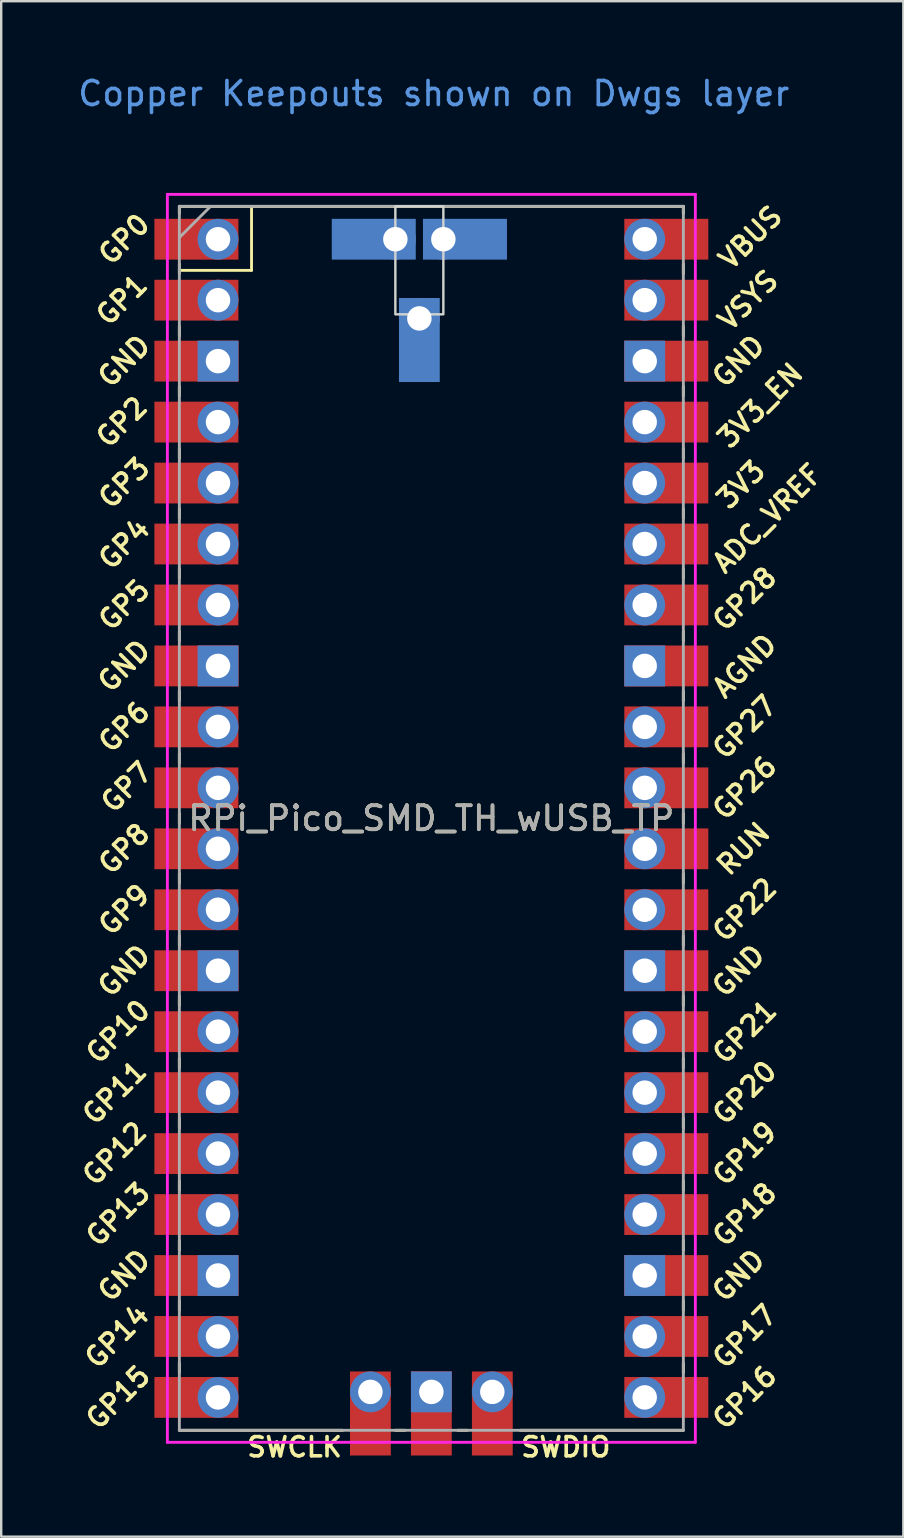
<source format=kicad_pcb>
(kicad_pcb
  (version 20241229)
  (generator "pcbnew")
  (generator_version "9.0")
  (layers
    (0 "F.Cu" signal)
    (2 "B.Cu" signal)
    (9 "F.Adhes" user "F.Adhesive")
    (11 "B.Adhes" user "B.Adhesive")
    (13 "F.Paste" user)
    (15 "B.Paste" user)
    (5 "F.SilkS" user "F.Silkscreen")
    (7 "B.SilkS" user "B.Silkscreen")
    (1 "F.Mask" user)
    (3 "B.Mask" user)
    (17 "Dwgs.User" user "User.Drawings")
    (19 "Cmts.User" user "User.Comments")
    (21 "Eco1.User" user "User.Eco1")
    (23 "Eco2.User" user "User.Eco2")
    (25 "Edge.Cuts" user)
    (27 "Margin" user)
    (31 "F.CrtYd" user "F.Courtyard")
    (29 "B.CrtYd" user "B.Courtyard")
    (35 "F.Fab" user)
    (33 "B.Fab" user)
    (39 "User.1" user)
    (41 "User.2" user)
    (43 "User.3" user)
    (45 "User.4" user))
  (footprint "RPi_Pico_SMD_TH_wUSB_TP"
    (layer "F.Cu")
    (at 14.924 31.048)
    (property "Reference" "RPi_Pico_SMD_TH_wUSB_TP" (at 0 0 0) (layer "F.SilkS") (effects (font (size 1 1) (thickness 0.15))))
    (attr through_hole)
    (fp_line (start -10.5 -25.5) (end -10.5 -25.2) (stroke (width 0.12) (type solid)) (layer "F.SilkS"))
    (fp_line (start -10.5 -25.5) (end 10.5 -25.5) (stroke (width 0.12) (type solid)) (layer "F.SilkS"))
    (fp_line (start -10.5 -23.1) (end -10.5 -22.7) (stroke (width 0.12) (type solid)) (layer "F.SilkS"))
    (fp_line (start -10.5 -22.833) (end -7.493 -22.833) (stroke (width 0.12) (type solid)) (layer "F.SilkS"))
    (fp_line (start -10.5 -20.5) (end -10.5 -20.1) (stroke (width 0.12) (type solid)) (layer "F.SilkS"))
    (fp_line (start -10.5 -18) (end -10.5 -17.6) (stroke (width 0.12) (type solid)) (layer "F.SilkS"))
    (fp_line (start -10.5 -15.4) (end -10.5 -15) (stroke (width 0.12) (type solid)) (layer "F.SilkS"))
    (fp_line (start -10.5 -12.9) (end -10.5 -12.5) (stroke (width 0.12) (type solid)) (layer "F.SilkS"))
    (fp_line (start -10.5 -10.4) (end -10.5 -10) (stroke (width 0.12) (type solid)) (layer "F.SilkS"))
    (fp_line (start -10.5 -7.8) (end -10.5 -7.4) (stroke (width 0.12) (type solid)) (layer "F.SilkS"))
    (fp_line (start -10.5 -5.3) (end -10.5 -4.9) (stroke (width 0.12) (type solid)) (layer "F.SilkS"))
    (fp_line (start -10.5 -2.7) (end -10.5 -2.3) (stroke (width 0.12) (type solid)) (layer "F.SilkS"))
    (fp_line (start -10.5 -0.2) (end -10.5 0.2) (stroke (width 0.12) (type solid)) (layer "F.SilkS"))
    (fp_line (start -10.5 2.3) (end -10.5 2.7) (stroke (width 0.12) (type solid)) (layer "F.SilkS"))
    (fp_line (start -10.5 4.9) (end -10.5 5.3) (stroke (width 0.12) (type solid)) (layer "F.SilkS"))
    (fp_line (start -10.5 7.4) (end -10.5 7.8) (stroke (width 0.12) (type solid)) (layer "F.SilkS"))
    (fp_line (start -10.5 10) (end -10.5 10.4) (stroke (width 0.12) (type solid)) (layer "F.SilkS"))
    (fp_line (start -10.5 12.5) (end -10.5 12.9) (stroke (width 0.12) (type solid)) (layer "F.SilkS"))
    (fp_line (start -10.5 15.1) (end -10.5 15.5) (stroke (width 0.12) (type solid)) (layer "F.SilkS"))
    (fp_line (start -10.5 17.6) (end -10.5 18) (stroke (width 0.12) (type solid)) (layer "F.SilkS"))
    (fp_line (start -10.5 20.1) (end -10.5 20.5) (stroke (width 0.12) (type solid)) (layer "F.SilkS"))
    (fp_line (start -10.5 22.7) (end -10.5 23.1) (stroke (width 0.12) (type solid)) (layer "F.SilkS"))
    (fp_line (start -7.493 -22.833) (end -7.493 -25.5) (stroke (width 0.12) (type solid)) (layer "F.SilkS"))
    (fp_line (start -3.7 25.5) (end -10.5 25.5) (stroke (width 0.12) (type solid)) (layer "F.SilkS"))
    (fp_line (start -1.5 25.5) (end -1.1 25.5) (stroke (width 0.12) (type solid)) (layer "F.SilkS"))
    (fp_line (start 1.1 25.5) (end 1.5 25.5) (stroke (width 0.12) (type solid)) (layer "F.SilkS"))
    (fp_line (start 10.5 -25.5) (end 10.5 -25.2) (stroke (width 0.12) (type solid)) (layer "F.SilkS"))
    (fp_line (start 10.5 -23.1) (end 10.5 -22.7) (stroke (width 0.12) (type solid)) (layer "F.SilkS"))
    (fp_line (start 10.5 -20.5) (end 10.5 -20.1) (stroke (width 0.12) (type solid)) (layer "F.SilkS"))
    (fp_line (start 10.5 -18) (end 10.5 -17.6) (stroke (width 0.12) (type solid)) (layer "F.SilkS"))
    (fp_line (start 10.5 -15.4) (end 10.5 -15) (stroke (width 0.12) (type solid)) (layer "F.SilkS"))
    (fp_line (start 10.5 -12.9) (end 10.5 -12.5) (stroke (width 0.12) (type solid)) (layer "F.SilkS"))
    (fp_line (start 10.5 -10.4) (end 10.5 -10) (stroke (width 0.12) (type solid)) (layer "F.SilkS"))
    (fp_line (start 10.5 -7.8) (end 10.5 -7.4) (stroke (width 0.12) (type solid)) (layer "F.SilkS"))
    (fp_line (start 10.5 -5.3) (end 10.5 -4.9) (stroke (width 0.12) (type solid)) (layer "F.SilkS"))
    (fp_line (start 10.5 -2.7) (end 10.5 -2.3) (stroke (width 0.12) (type solid)) (layer "F.SilkS"))
    (fp_line (start 10.5 -0.2) (end 10.5 0.2) (stroke (width 0.12) (type solid)) (layer "F.SilkS"))
    (fp_line (start 10.5 2.3) (end 10.5 2.7) (stroke (width 0.12) (type solid)) (layer "F.SilkS"))
    (fp_line (start 10.5 4.9) (end 10.5 5.3) (stroke (width 0.12) (type solid)) (layer "F.SilkS"))
    (fp_line (start 10.5 7.4) (end 10.5 7.8) (stroke (width 0.12) (type solid)) (layer "F.SilkS"))
    (fp_line (start 10.5 10) (end 10.5 10.4) (stroke (width 0.12) (type solid)) (layer "F.SilkS"))
    (fp_line (start 10.5 12.5) (end 10.5 12.9) (stroke (width 0.12) (type solid)) (layer "F.SilkS"))
    (fp_line (start 10.5 15.1) (end 10.5 15.5) (stroke (width 0.12) (type solid)) (layer "F.SilkS"))
    (fp_line (start 10.5 17.6) (end 10.5 18) (stroke (width 0.12) (type solid)) (layer "F.SilkS"))
    (fp_line (start 10.5 20.1) (end 10.5 20.5) (stroke (width 0.12) (type solid)) (layer "F.SilkS"))
    (fp_line (start 10.5 22.7) (end 10.5 23.1) (stroke (width 0.12) (type solid)) (layer "F.SilkS"))
    (fp_line (start 10.5 25.5) (end 3.7 25.5) (stroke (width 0.12) (type solid)) (layer "F.SilkS"))
    (fp_rect (start -1.5 -25.5) (end 0.5 -21) (stroke (width 0.1) (type default)) (fill no) (layer "Edge.Cuts"))
    (fp_line (start -11 -26) (end 11 -26) (stroke (width 0.12) (type solid)) (layer "F.CrtYd"))
    (fp_line (start -11 26) (end -11 -26) (stroke (width 0.12) (type solid)) (layer "F.CrtYd"))
    (fp_line (start 11 -26) (end 11 26) (stroke (width 0.12) (type solid)) (layer "F.CrtYd"))
    (fp_line (start 11 26) (end -11 26) (stroke (width 0.12) (type solid)) (layer "F.CrtYd"))
    (fp_line (start -10.5 -25.5) (end 10.5 -25.5) (stroke (width 0.12) (type solid)) (layer "F.Fab"))
    (fp_line (start -10.5 -24.2) (end -9.2 -25.5) (stroke (width 0.12) (type solid)) (layer "F.Fab"))
    (fp_line (start -10.5 25.5) (end -10.5 -25.5) (stroke (width 0.12) (type solid)) (layer "F.Fab"))
    (fp_line (start 10.5 -25.5) (end 10.5 25.5) (stroke (width 0.12) (type solid)) (layer "F.Fab"))
    (fp_line (start 10.5 25.5) (end -10.5 25.5) (stroke (width 0.12) (type solid)) (layer "F.Fab"))
    (fp_text user "GP10" (at -13.054 8.89 45) (layer "F.SilkS") (effects (font (size 0.8 0.8) (thickness 0.15))))
    (fp_text user "GP1" (at -12.9 -21.6 45) (layer "F.SilkS") (effects (font (size 0.8 0.8) (thickness 0.15))))
    (fp_text user "AGND" (at 13.054 -6.35 45) (layer "F.SilkS") (effects (font (size 0.8 0.8) (thickness 0.15))))
    (fp_text user "GP15" (at -13.054 24.13 45) (layer "F.SilkS") (effects (font (size 0.8 0.8) (thickness 0.15))))
    (fp_text user "GP12" (at -13.2 13.97 45) (layer "F.SilkS") (effects (font (size 0.8 0.8) (thickness 0.15))))
    (fp_text user "GP27" (at 13.054 -3.8 45) (layer "F.SilkS") (effects (font (size 0.8 0.8) (thickness 0.15))))
    (fp_text user "GP21" (at 13.054 8.9 45) (layer "F.SilkS") (effects (font (size 0.8 0.8) (thickness 0.15))))
    (fp_text user "GP6" (at -12.8 -3.81 45) (layer "F.SilkS") (effects (font (size 0.8 0.8) (thickness 0.15))))
    (fp_text user "GND" (at -12.8 -19.05 45) (layer "F.SilkS") (effects (font (size 0.8 0.8) (thickness 0.15))))
    (fp_text user "GND" (at 12.8 -19.05 45) (layer "F.SilkS") (effects (font (size 0.8 0.8) (thickness 0.15))))
    (fp_text user "GP5" (at -12.8 -8.89 45) (layer "F.SilkS") (effects (font (size 0.8 0.8) (thickness 0.15))))
    (fp_text user "3V3" (at 12.9 -13.9 45) (layer "F.SilkS") (effects (font (size 0.8 0.8) (thickness 0.15))))
    (fp_text user "GP28" (at 13.054 -9.144 45) (layer "F.SilkS") (effects (font (size 0.8 0.8) (thickness 0.15))))
    (fp_text user "GND" (at -12.8 19.05 45) (layer "F.SilkS") (effects (font (size 0.8 0.8) (thickness 0.15))))
    (fp_text user "GP8" (at -12.8 1.27 45) (layer "F.SilkS") (effects (font (size 0.8 0.8) (thickness 0.15))))
    (fp_text user "3V3_EN" (at 13.7 -17.2 45) (layer "F.SilkS") (effects (font (size 0.8 0.8) (thickness 0.15))))
    (fp_text user "GP3" (at -12.8 -13.97 45) (layer "F.SilkS") (effects (font (size 0.8 0.8) (thickness 0.15))))
    (fp_text user "GP13" (at -13.054 16.51 45) (layer "F.SilkS") (effects (font (size 0.8 0.8) (thickness 0.15))))
    (fp_text user "GP9" (at -12.8 3.81 45) (layer "F.SilkS") (effects (font (size 0.8 0.8) (thickness 0.15))))
    (fp_text user "GP17" (at 13.054 21.59 45) (layer "F.SilkS") (effects (font (size 0.8 0.8) (thickness 0.15))))
    (fp_text user "GP14" (at -13.1 21.59 45) (layer "F.SilkS") (effects (font (size 0.8 0.8) (thickness 0.15))))
    (fp_text user "GP7" (at -12.7 -1.3 45) (layer "F.SilkS") (effects (font (size 0.8 0.8) (thickness 0.15))))
    (fp_text user "RUN" (at 13 1.27 45) (layer "F.SilkS") (effects (font (size 0.8 0.8) (thickness 0.15))))
    (fp_text user "GP11" (at -13.2 11.43 45) (layer "F.SilkS") (effects (font (size 0.8 0.8) (thickness 0.15))))
    (fp_text user "GP2" (at -12.9 -16.51 45) (layer "F.SilkS") (effects (font (size 0.8 0.8) (thickness 0.15))))
    (fp_text user "GP16" (at 13.054 24.13 45) (layer "F.SilkS") (effects (font (size 0.8 0.8) (thickness 0.15))))
    (fp_text user "GP20" (at 13.054 11.43 45) (layer "F.SilkS") (effects (font (size 0.8 0.8) (thickness 0.15))))
    (fp_text user "GP19" (at 13.054 13.97 45) (layer "F.SilkS") (effects (font (size 0.8 0.8) (thickness 0.15))))
    (fp_text user "GND" (at -12.8 6.35 45) (layer "F.SilkS") (effects (font (size 0.8 0.8) (thickness 0.15))))
    (fp_text user "GP22" (at 13.054 3.81 45) (layer "F.SilkS") (effects (font (size 0.8 0.8) (thickness 0.15))))
    (fp_text user "ADC_VREF" (at 14 -12.5 45) (layer "F.SilkS") (effects (font (size 0.8 0.8) (thickness 0.15))))
    (fp_text user "GP4" (at -12.8 -11.43 45) (layer "F.SilkS") (effects (font (size 0.8 0.8) (thickness 0.15))))
    (fp_text user "SWCLK" (at -5.7 26.2 0) (layer "F.SilkS") (effects (font (size 0.8 0.8) (thickness 0.15))))
    (fp_text user "VBUS" (at 13.3 -24.2 45) (layer "F.SilkS") (effects (font (size 0.8 0.8) (thickness 0.15))))
    (fp_text user "GP18" (at 13.054 16.51 45) (layer "F.SilkS") (effects (font (size 0.8 0.8) (thickness 0.15))))
    (fp_text user "GP0" (at -12.8 -24.13 45) (layer "F.SilkS") (effects (font (size 0.8 0.8) (thickness 0.15))))
    (fp_text user "SWDIO" (at 5.6 26.2 0) (layer "F.SilkS") (effects (font (size 0.8 0.8) (thickness 0.15))))
    (fp_text user "GND" (at 12.8 19.05 45) (layer "F.SilkS") (effects (font (size 0.8 0.8) (thickness 0.15))))
    (fp_text user "VSYS" (at 13.2 -21.59 45) (layer "F.SilkS") (effects (font (size 0.8 0.8) (thickness 0.15))))
    (fp_text user "GND" (at 12.8 6.35 45) (layer "F.SilkS") (effects (font (size 0.8 0.8) (thickness 0.15))))
    (fp_text user "GP26" (at 13.054 -1.27 45) (layer "F.SilkS") (effects (font (size 0.8 0.8) (thickness 0.15))))
    (fp_text user "GND" (at -12.8 -6.35 45) (layer "F.SilkS") (effects (font (size 0.8 0.8) (thickness 0.15))))
    (fp_text user "Copper Keepouts shown on Dwgs layer" (at 0.1 -30.2 0) (layer "Cmts.User") (effects (font (size 1 1) (thickness 0.15))))
    (fp_text user "${REFERENCE}" (at 0 0 180) (layer "F.Fab") (effects (font (size 1 1) (thickness 0.15))))
    (pad "1" thru_hole oval (at -8.89 -24.13) (size 1.7 1.7) (drill 1.02) (layers "*.Cu" "*.Mask"))
    (pad "1" smd rect (at -8.89 -24.13) (size 3.5 1.7) (drill (offset -0.9 0)) (layers "F.Cu" "F.Mask"))
    (pad "2" thru_hole oval (at -8.89 -21.59) (size 1.7 1.7) (drill 1.02) (layers "*.Cu" "*.Mask"))
    (pad "2" smd rect (at -8.89 -21.59) (size 3.5 1.7) (drill (offset -0.9 0)) (layers "F.Cu" "F.Mask"))
    (pad "3" thru_hole rect (at -8.89 -19.05) (size 1.7 1.7) (drill 1.02) (layers "*.Cu" "*.Mask"))
    (pad "3" smd rect (at -8.89 -19.05) (size 3.5 1.7) (drill (offset -0.9 0)) (layers "F.Cu" "F.Mask"))
    (pad "4" thru_hole oval (at -8.89 -16.51) (size 1.7 1.7) (drill 1.02) (layers "*.Cu" "*.Mask"))
    (pad "4" smd rect (at -8.89 -16.51) (size 3.5 1.7) (drill (offset -0.9 0)) (layers "F.Cu" "F.Mask"))
    (pad "5" thru_hole oval (at -8.89 -13.97) (size 1.7 1.7) (drill 1.02) (layers "*.Cu" "*.Mask"))
    (pad "5" smd rect (at -8.89 -13.97) (size 3.5 1.7) (drill (offset -0.9 0)) (layers "F.Cu" "F.Mask"))
    (pad "6" thru_hole oval (at -8.89 -11.43) (size 1.7 1.7) (drill 1.02) (layers "*.Cu" "*.Mask"))
    (pad "6" smd rect (at -8.89 -11.43) (size 3.5 1.7) (drill (offset -0.9 0)) (layers "F.Cu" "F.Mask"))
    (pad "7" thru_hole oval (at -8.89 -8.89) (size 1.7 1.7) (drill 1.02) (layers "*.Cu" "*.Mask"))
    (pad "7" smd rect (at -8.89 -8.89) (size 3.5 1.7) (drill (offset -0.9 0)) (layers "F.Cu" "F.Mask"))
    (pad "8" thru_hole rect (at -8.89 -6.35) (size 1.7 1.7) (drill 1.02) (layers "*.Cu" "*.Mask"))
    (pad "8" smd rect (at -8.89 -6.35) (size 3.5 1.7) (drill (offset -0.9 0)) (layers "F.Cu" "F.Mask"))
    (pad "9" thru_hole oval (at -8.89 -3.81) (size 1.7 1.7) (drill 1.02) (layers "*.Cu" "*.Mask"))
    (pad "9" smd rect (at -8.89 -3.81) (size 3.5 1.7) (drill (offset -0.9 0)) (layers "F.Cu" "F.Mask"))
    (pad "10" thru_hole oval (at -8.89 -1.27) (size 1.7 1.7) (drill 1.02) (layers "*.Cu" "*.Mask"))
    (pad "10" smd rect (at -8.89 -1.27) (size 3.5 1.7) (drill (offset -0.9 0)) (layers "F.Cu" "F.Mask"))
    (pad "11" thru_hole oval (at -8.89 1.27) (size 1.7 1.7) (drill 1.02) (layers "*.Cu" "*.Mask"))
    (pad "11" smd rect (at -8.89 1.27) (size 3.5 1.7) (drill (offset -0.9 0)) (layers "F.Cu" "F.Mask"))
    (pad "12" thru_hole oval (at -8.89 3.81) (size 1.7 1.7) (drill 1.02) (layers "*.Cu" "*.Mask"))
    (pad "12" smd rect (at -8.89 3.81) (size 3.5 1.7) (drill (offset -0.9 0)) (layers "F.Cu" "F.Mask"))
    (pad "13" thru_hole rect (at -8.89 6.35) (size 1.7 1.7) (drill 1.02) (layers "*.Cu" "*.Mask"))
    (pad "13" smd rect (at -8.89 6.35) (size 3.5 1.7) (drill (offset -0.9 0)) (layers "F.Cu" "F.Mask"))
    (pad "14" thru_hole oval (at -8.89 8.89) (size 1.7 1.7) (drill 1.02) (layers "*.Cu" "*.Mask"))
    (pad "14" smd rect (at -8.89 8.89) (size 3.5 1.7) (drill (offset -0.9 0)) (layers "F.Cu" "F.Mask"))
    (pad "15" thru_hole oval (at -8.89 11.43) (size 1.7 1.7) (drill 1.02) (layers "*.Cu" "*.Mask"))
    (pad "15" smd rect (at -8.89 11.43) (size 3.5 1.7) (drill (offset -0.9 0)) (layers "F.Cu" "F.Mask"))
    (pad "16" thru_hole oval (at -8.89 13.97) (size 1.7 1.7) (drill 1.02) (layers "*.Cu" "*.Mask"))
    (pad "16" smd rect (at -8.89 13.97) (size 3.5 1.7) (drill (offset -0.9 0)) (layers "F.Cu" "F.Mask"))
    (pad "17" thru_hole oval (at -8.89 16.51) (size 1.7 1.7) (drill 1.02) (layers "*.Cu" "*.Mask"))
    (pad "17" smd rect (at -8.89 16.51) (size 3.5 1.7) (drill (offset -0.9 0)) (layers "F.Cu" "F.Mask"))
    (pad "18" thru_hole rect (at -8.89 19.05) (size 1.7 1.7) (drill 1.02) (layers "*.Cu" "*.Mask"))
    (pad "18" smd rect (at -8.89 19.05) (size 3.5 1.7) (drill (offset -0.9 0)) (layers "F.Cu" "F.Mask"))
    (pad "19" thru_hole oval (at -8.89 21.59) (size 1.7 1.7) (drill 1.02) (layers "*.Cu" "*.Mask"))
    (pad "19" smd rect (at -8.89 21.59) (size 3.5 1.7) (drill (offset -0.9 0)) (layers "F.Cu" "F.Mask"))
    (pad "20" thru_hole oval (at -8.89 24.13) (size 1.7 1.7) (drill 1.02) (layers "*.Cu" "*.Mask"))
    (pad "20" smd rect (at -8.89 24.13) (size 3.5 1.7) (drill (offset -0.9 0)) (layers "F.Cu" "F.Mask"))
    (pad "21" thru_hole oval (at 8.89 24.13) (size 1.7 1.7) (drill 1.02) (layers "*.Cu" "*.Mask"))
    (pad "21" smd rect (at 8.89 24.13) (size 3.5 1.7) (drill (offset 0.9 0)) (layers "F.Cu" "F.Mask"))
    (pad "22" thru_hole oval (at 8.89 21.59) (size 1.7 1.7) (drill 1.02) (layers "*.Cu" "*.Mask"))
    (pad "22" smd rect (at 8.89 21.59) (size 3.5 1.7) (drill (offset 0.9 0)) (layers "F.Cu" "F.Mask"))
    (pad "23" thru_hole rect (at 8.89 19.05) (size 1.7 1.7) (drill 1.02) (layers "*.Cu" "*.Mask"))
    (pad "23" smd rect (at 8.89 19.05) (size 3.5 1.7) (drill (offset 0.9 0)) (layers "F.Cu" "F.Mask"))
    (pad "24" thru_hole oval (at 8.89 16.51) (size 1.7 1.7) (drill 1.02) (layers "*.Cu" "*.Mask"))
    (pad "24" smd rect (at 8.89 16.51) (size 3.5 1.7) (drill (offset 0.9 0)) (layers "F.Cu" "F.Mask"))
    (pad "25" thru_hole oval (at 8.89 13.97) (size 1.7 1.7) (drill 1.02) (layers "*.Cu" "*.Mask"))
    (pad "25" smd rect (at 8.89 13.97) (size 3.5 1.7) (drill (offset 0.9 0)) (layers "F.Cu" "F.Mask"))
    (pad "26" thru_hole oval (at 8.89 11.43) (size 1.7 1.7) (drill 1.02) (layers "*.Cu" "*.Mask"))
    (pad "26" smd rect (at 8.89 11.43) (size 3.5 1.7) (drill (offset 0.9 0)) (layers "F.Cu" "F.Mask"))
    (pad "27" thru_hole oval (at 8.89 8.89) (size 1.7 1.7) (drill 1.02) (layers "*.Cu" "*.Mask"))
    (pad "27" smd rect (at 8.89 8.89) (size 3.5 1.7) (drill (offset 0.9 0)) (layers "F.Cu" "F.Mask"))
    (pad "28" thru_hole rect (at 8.89 6.35) (size 1.7 1.7) (drill 1.02) (layers "*.Cu" "*.Mask"))
    (pad "28" smd rect (at 8.89 6.35) (size 3.5 1.7) (drill (offset 0.9 0)) (layers "F.Cu" "F.Mask"))
    (pad "29" thru_hole oval (at 8.89 3.81) (size 1.7 1.7) (drill 1.02) (layers "*.Cu" "*.Mask"))
    (pad "29" smd rect (at 8.89 3.81) (size 3.5 1.7) (drill (offset 0.9 0)) (layers "F.Cu" "F.Mask"))
    (pad "30" thru_hole oval (at 8.89 1.27) (size 1.7 1.7) (drill 1.02) (layers "*.Cu" "*.Mask"))
    (pad "30" smd rect (at 8.89 1.27) (size 3.5 1.7) (drill (offset 0.9 0)) (layers "F.Cu" "F.Mask"))
    (pad "31" thru_hole oval (at 8.89 -1.27) (size 1.7 1.7) (drill 1.02) (layers "*.Cu" "*.Mask"))
    (pad "31" smd rect (at 8.89 -1.27) (size 3.5 1.7) (drill (offset 0.9 0)) (layers "F.Cu" "F.Mask"))
    (pad "32" thru_hole oval (at 8.89 -3.81) (size 1.7 1.7) (drill 1.02) (layers "*.Cu" "*.Mask"))
    (pad "32" smd rect (at 8.89 -3.81) (size 3.5 1.7) (drill (offset 0.9 0)) (layers "F.Cu" "F.Mask"))
    (pad "33" thru_hole rect (at 8.89 -6.35) (size 1.7 1.7) (drill 1.02) (layers "*.Cu" "*.Mask"))
    (pad "33" smd rect (at 8.89 -6.35) (size 3.5 1.7) (drill (offset 0.9 0)) (layers "F.Cu" "F.Mask"))
    (pad "34" thru_hole oval (at 8.89 -8.89) (size 1.7 1.7) (drill 1.02) (layers "*.Cu" "*.Mask"))
    (pad "34" smd rect (at 8.89 -8.89) (size 3.5 1.7) (drill (offset 0.9 0)) (layers "F.Cu" "F.Mask"))
    (pad "35" thru_hole oval (at 8.89 -11.43) (size 1.7 1.7) (drill 1.02) (layers "*.Cu" "*.Mask"))
    (pad "35" smd rect (at 8.89 -11.43) (size 3.5 1.7) (drill (offset 0.9 0)) (layers "F.Cu" "F.Mask"))
    (pad "36" thru_hole oval (at 8.89 -13.97) (size 1.7 1.7) (drill 1.02) (layers "*.Cu" "*.Mask"))
    (pad "36" smd rect (at 8.89 -13.97) (size 3.5 1.7) (drill (offset 0.9 0)) (layers "F.Cu" "F.Mask"))
    (pad "37" thru_hole oval (at 8.89 -16.51) (size 1.7 1.7) (drill 1.02) (layers "*.Cu" "*.Mask"))
    (pad "37" smd rect (at 8.89 -16.51) (size 3.5 1.7) (drill (offset 0.9 0)) (layers "F.Cu" "F.Mask"))
    (pad "38" thru_hole rect (at 8.89 -19.05) (size 1.7 1.7) (drill 1.02) (layers "*.Cu" "*.Mask"))
    (pad "38" smd rect (at 8.89 -19.05) (size 3.5 1.7) (drill (offset 0.9 0)) (layers "F.Cu" "F.Mask"))
    (pad "39" thru_hole oval (at 8.89 -21.59) (size 1.7 1.7) (drill 1.02) (layers "*.Cu" "*.Mask"))
    (pad "39" smd rect (at 8.89 -21.59) (size 3.5 1.7) (drill (offset 0.9 0)) (layers "F.Cu" "F.Mask"))
    (pad "40" thru_hole oval (at 8.89 -24.13) (size 1.7 1.7) (drill 1.02) (layers "*.Cu" "*.Mask"))
    (pad "40" smd rect (at 8.89 -24.13) (size 3.5 1.7) (drill (offset 0.9 0)) (layers "F.Cu" "F.Mask"))
    (pad "41" thru_hole oval (at -2.54 23.9) (size 1.7 1.7) (drill 1.02) (layers "*.Cu" "*.Mask"))
    (pad "41" smd rect (at -2.54 23.9 90) (size 3.5 1.7) (drill (offset -0.9 0)) (layers "F.Cu" "F.Mask"))
    (pad "42" thru_hole rect (at 0 23.9) (size 1.7 1.7) (drill 1.02) (layers "*.Cu" "*.Mask"))
    (pad "42" smd rect (at 0 23.9 90) (size 3.5 1.7) (drill (offset -0.9 0)) (layers "F.Cu" "F.Mask"))
    (pad "43" thru_hole oval (at 2.54 23.9) (size 1.7 1.7) (drill 1.02) (layers "*.Cu" "*.Mask"))
    (pad "43" smd rect (at 2.54 23.9 90) (size 3.5 1.7) (drill (offset -0.9 0)) (layers "F.Cu" "F.Mask"))
    (pad "TP1" thru_hole oval (at -0.5 -20.83 180) (size 1.7 1.7) (drill 1.02) (layers "*.Cu" "*.Mask"))
    (pad "TP1" smd rect (at -0.5 -20.83 90) (size 3.5 1.7) (drill (offset -0.9 0)) (layers "B.Cu" "B.Mask"))
    (pad "TP2" thru_hole oval (at 0.5 -24.13 180) (size 1.7 1.7) (drill 1.02) (layers "*.Cu" "*.Mask"))
    (pad "TP2" smd rect (at 0.5 -24.13 180) (size 3.5 1.7) (drill (offset -0.9 0)) (layers "B.Cu" "B.Mask"))
    (pad "TP3" thru_hole oval (at -1.5 -24.13) (size 1.7 1.7) (drill 1.02) (layers "*.Cu" "*.Mask"))
    (pad "TP3" smd rect (at -1.5 -24.13) (size 3.5 1.7) (drill (offset -0.9 0)) (layers "B.Cu" "B.Mask")))
  (gr_rect
    (start -3 -3)
    (end 34.591 60.98)
    (stroke (width 0.1) (type default))
    (fill no)
    (layer "Edge.Cuts")))
</source>
